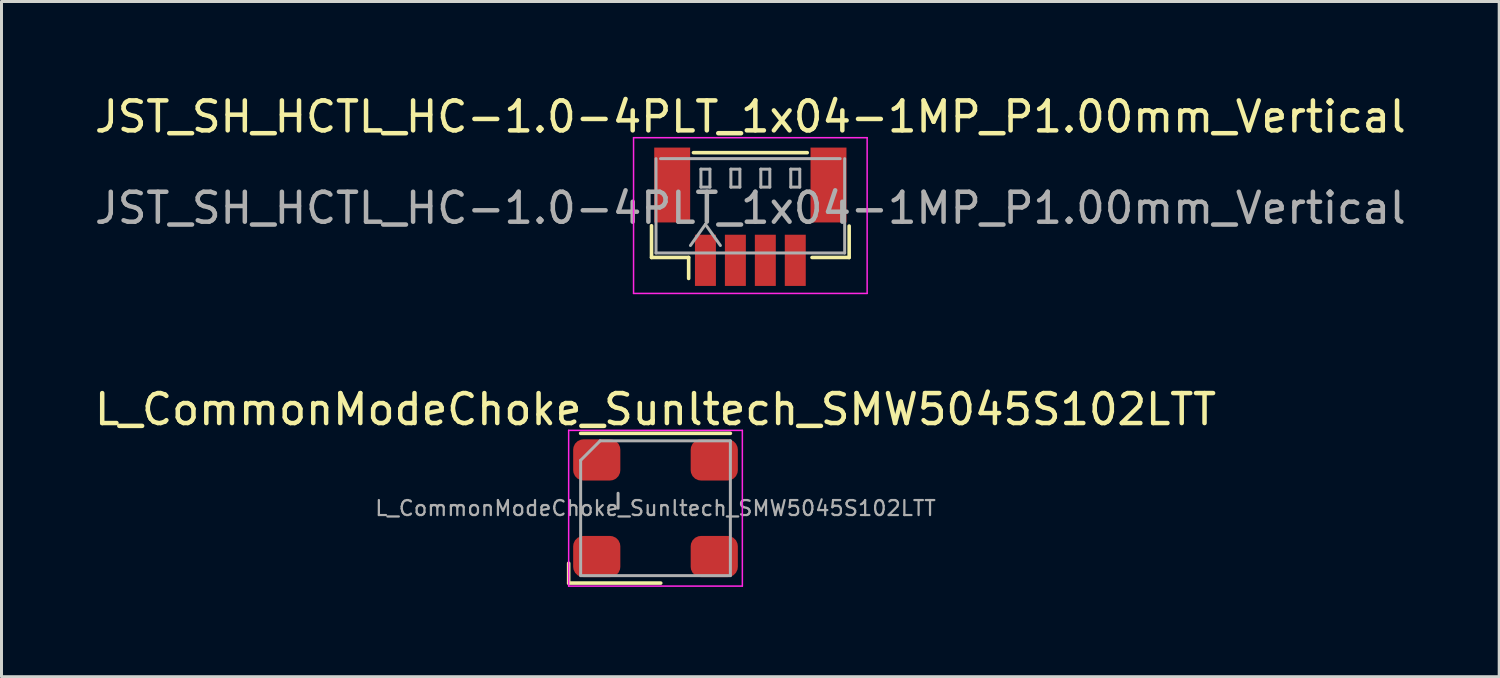
<source format=kicad_pcb>
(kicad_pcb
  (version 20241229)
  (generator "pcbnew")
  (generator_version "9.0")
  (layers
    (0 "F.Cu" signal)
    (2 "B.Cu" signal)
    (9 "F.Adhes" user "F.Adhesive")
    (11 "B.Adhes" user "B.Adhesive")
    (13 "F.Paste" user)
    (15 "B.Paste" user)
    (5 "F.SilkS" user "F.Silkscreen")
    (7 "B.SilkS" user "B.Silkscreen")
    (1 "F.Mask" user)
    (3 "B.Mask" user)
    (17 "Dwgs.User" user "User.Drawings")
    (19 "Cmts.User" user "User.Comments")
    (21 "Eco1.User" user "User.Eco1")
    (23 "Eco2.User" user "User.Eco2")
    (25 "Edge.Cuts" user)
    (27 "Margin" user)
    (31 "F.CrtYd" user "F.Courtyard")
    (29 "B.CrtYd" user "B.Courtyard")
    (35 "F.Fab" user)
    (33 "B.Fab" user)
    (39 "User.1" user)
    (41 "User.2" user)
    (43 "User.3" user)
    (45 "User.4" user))
  (footprint "L_CommonModeChoke_Sunltech_SMW5045S102LTT"
    (layer "F.Cu")
    (at 18.839 13.921)
    (property "Reference" "L_CommonModeChoke_Sunltech_SMW5045S102LTT" (at 0 -3.3 0) (layer "F.SilkS") (effects (font (size 1 1) (thickness 0.15))))
    (attr smd)
    (fp_line (start -2.9 1.837) (end -2.9 2.5) (stroke (width 0.12) (type default)) (layer "F.SilkS"))
    (fp_line (start -2.9 2.5) (end 0.175 2.5) (stroke (width 0.12) (type default)) (layer "F.SilkS"))
    (fp_line (start -2.5 -2.5) (end 2.5 -2.5) (stroke (width 0.12) (type default)) (layer "F.SilkS"))
    (fp_line (start -2.9 -2.6) (end 2.9 -2.6) (stroke (width 0.05) (type default)) (layer "F.CrtYd"))
    (fp_line (start -2.9 2.6) (end -2.9 -2.6) (stroke (width 0.05) (type default)) (layer "F.CrtYd"))
    (fp_line (start 2.9 -2.6) (end 2.9 2.6) (stroke (width 0.05) (type default)) (layer "F.CrtYd"))
    (fp_line (start 2.9 2.6) (end -2.9 2.6) (stroke (width 0.05) (type default)) (layer "F.CrtYd"))
    (fp_line (start -2.5 2.25) (end -2.5 -1.6) (stroke (width 0.1) (type default)) (layer "F.Fab"))
    (fp_line (start -1.85 -2.25) (end -2.5 -1.6) (stroke (width 0.1) (type default)) (layer "F.Fab"))
    (fp_line (start -1.85 -2.25) (end 2.5 -2.25) (stroke (width 0.1) (type default)) (layer "F.Fab"))
    (fp_line (start -1.25 0) (end -1.25 -0.5) (stroke (width 0.1) (type default)) (layer "F.Fab"))
    (fp_line (start 2.5 -2.25) (end 2.5 2.25) (stroke (width 0.1) (type default)) (layer "F.Fab"))
    (fp_line (start 2.5 2.25) (end -2.5 2.25) (stroke (width 0.1) (type default)) (layer "F.Fab"))
    (fp_text user "${REFERENCE}" (at 0 0 0) (layer "F.Fab") (effects (font (size 0.5 0.5) (thickness 0.075))))
    (pad "1" smd roundrect (at -1.962 1.613) (size 1.575 1.375) (layers "F.Cu" "F.Mask" "F.Paste") (roundrect_rratio 0.25))
    (pad "2" smd roundrect (at -1.962 -1.613) (size 1.575 1.375) (layers "F.Cu" "F.Mask" "F.Paste") (roundrect_rratio 0.25))
    (pad "3" smd roundrect (at 1.962 -1.613) (size 1.575 1.375) (layers "F.Cu" "F.Mask" "F.Paste") (roundrect_rratio 0.25))
    (pad "4" smd roundrect (at 1.962 1.613) (size 1.575 1.375) (layers "F.Cu" "F.Mask" "F.Paste") (roundrect_rratio 0.25)))
  (footprint "JST_SH_HCTL_HC-1.0-4PLT_1x04-1MP_P1.00mm_Vertical"
    (layer "F.Cu")
    (at 22.006 4.148)
    (property "Reference" "JST_SH_HCTL_HC-1.0-4PLT_1x04-1MP_P1.00mm_Vertical" (at 0 -3.3 0) (layer "F.SilkS") (effects (font (size 1 1) (thickness 0.15))))
    (attr smd)
    (fp_line (start -3.3 0.34) (end -3.3 1.4) (stroke (width 0.12) (type solid)) (layer "F.SilkS"))
    (fp_line (start -3.3 1.4) (end -2.06 1.4) (stroke (width 0.12) (type solid)) (layer "F.SilkS"))
    (fp_line (start -2.06 1.4) (end -2.06 2.1) (stroke (width 0.12) (type solid)) (layer "F.SilkS"))
    (fp_line (start -1.9 -2.1) (end 1.9 -2.1) (stroke (width 0.12) (type solid)) (layer "F.SilkS"))
    (fp_line (start 3.3 0.35) (end 3.3 1.4) (stroke (width 0.12) (type solid)) (layer "F.SilkS"))
    (fp_line (start 3.3 1.4) (end 2.06 1.4) (stroke (width 0.12) (type solid)) (layer "F.SilkS"))
    (fp_line (start -3.9 -2.6) (end -3.9 2.6) (stroke (width 0.05) (type solid)) (layer "F.CrtYd"))
    (fp_line (start -3.9 2.6) (end 3.9 2.6) (stroke (width 0.05) (type solid)) (layer "F.CrtYd"))
    (fp_line (start 3.9 -2.6) (end -3.9 -2.6) (stroke (width 0.05) (type solid)) (layer "F.CrtYd"))
    (fp_line (start 3.9 2.6) (end 3.9 -2.6) (stroke (width 0.05) (type solid)) (layer "F.CrtYd"))
    (fp_line (start -3.15 1.25) (end -3.15 -1.9) (stroke (width 0.1) (type solid)) (layer "F.Fab"))
    (fp_line (start -3.15 1.25) (end 3.15 1.25) (stroke (width 0.1) (type solid)) (layer "F.Fab"))
    (fp_line (start -3 -1.9) (end 3 -1.9) (stroke (width 0.1) (type solid)) (layer "F.Fab"))
    (fp_line (start -2 1) (end -1.5 0.293) (stroke (width 0.1) (type solid)) (layer "F.Fab"))
    (fp_line (start -1.65 -1.55) (end -1.65 -0.95) (stroke (width 0.1) (type solid)) (layer "F.Fab"))
    (fp_line (start -1.65 -0.95) (end -1.35 -0.95) (stroke (width 0.1) (type solid)) (layer "F.Fab"))
    (fp_line (start -1.5 0.293) (end -1 1) (stroke (width 0.1) (type solid)) (layer "F.Fab"))
    (fp_line (start -1.35 -1.55) (end -1.65 -1.55) (stroke (width 0.1) (type solid)) (layer "F.Fab"))
    (fp_line (start -1.35 -0.95) (end -1.35 -1.55) (stroke (width 0.1) (type solid)) (layer "F.Fab"))
    (fp_line (start -0.65 -1.55) (end -0.65 -0.95) (stroke (width 0.1) (type solid)) (layer "F.Fab"))
    (fp_line (start -0.65 -0.95) (end -0.35 -0.95) (stroke (width 0.1) (type solid)) (layer "F.Fab"))
    (fp_line (start -0.35 -1.55) (end -0.65 -1.55) (stroke (width 0.1) (type solid)) (layer "F.Fab"))
    (fp_line (start -0.35 -0.95) (end -0.35 -1.55) (stroke (width 0.1) (type solid)) (layer "F.Fab"))
    (fp_line (start 0.35 -1.55) (end 0.35 -0.95) (stroke (width 0.1) (type solid)) (layer "F.Fab"))
    (fp_line (start 0.35 -0.95) (end 0.65 -0.95) (stroke (width 0.1) (type solid)) (layer "F.Fab"))
    (fp_line (start 0.65 -1.55) (end 0.35 -1.55) (stroke (width 0.1) (type solid)) (layer "F.Fab"))
    (fp_line (start 0.65 -0.95) (end 0.65 -1.55) (stroke (width 0.1) (type solid)) (layer "F.Fab"))
    (fp_line (start 1.35 -1.55) (end 1.35 -0.95) (stroke (width 0.1) (type solid)) (layer "F.Fab"))
    (fp_line (start 1.35 -0.95) (end 1.65 -0.95) (stroke (width 0.1) (type solid)) (layer "F.Fab"))
    (fp_line (start 1.65 -1.55) (end 1.35 -1.55) (stroke (width 0.1) (type solid)) (layer "F.Fab"))
    (fp_line (start 1.65 -0.95) (end 1.65 -1.55) (stroke (width 0.1) (type solid)) (layer "F.Fab"))
    (fp_line (start 3.15 1.25) (end 3.15 -1.9) (stroke (width 0.1) (type solid)) (layer "F.Fab"))
    (fp_text user "${REFERENCE}" (at 0 -0.25 0) (layer "F.Fab") (effects (font (size 1 1) (thickness 0.15))))
    (pad "1" smd rect (at -1.5 1.495) (size 0.7 1.71) (layers "F.Cu" "F.Mask" "F.Paste"))
    (pad "2" smd rect (at -0.5 1.495) (size 0.7 1.71) (layers "F.Cu" "F.Mask" "F.Paste"))
    (pad "3" smd rect (at 0.5 1.495) (size 0.7 1.71) (layers "F.Cu" "F.Mask" "F.Paste"))
    (pad "4" smd rect (at 1.5 1.495) (size 0.7 1.71) (layers "F.Cu" "F.Mask" "F.Paste"))
    (pad "MP" smd rect (at -2.61 -1.02) (size 1.2 2.5) (layers "F.Cu" "F.Mask" "F.Paste"))
    (pad "MP" smd rect (at 2.61 -1.02) (size 1.2 2.5) (layers "F.Cu" "F.Mask" "F.Paste")))
  (gr_rect
    (start -3 -3)
    (end 47.012 19.547)
    (stroke (width 0.1) (type default))
    (fill no)
    (layer "Edge.Cuts")))
</source>
